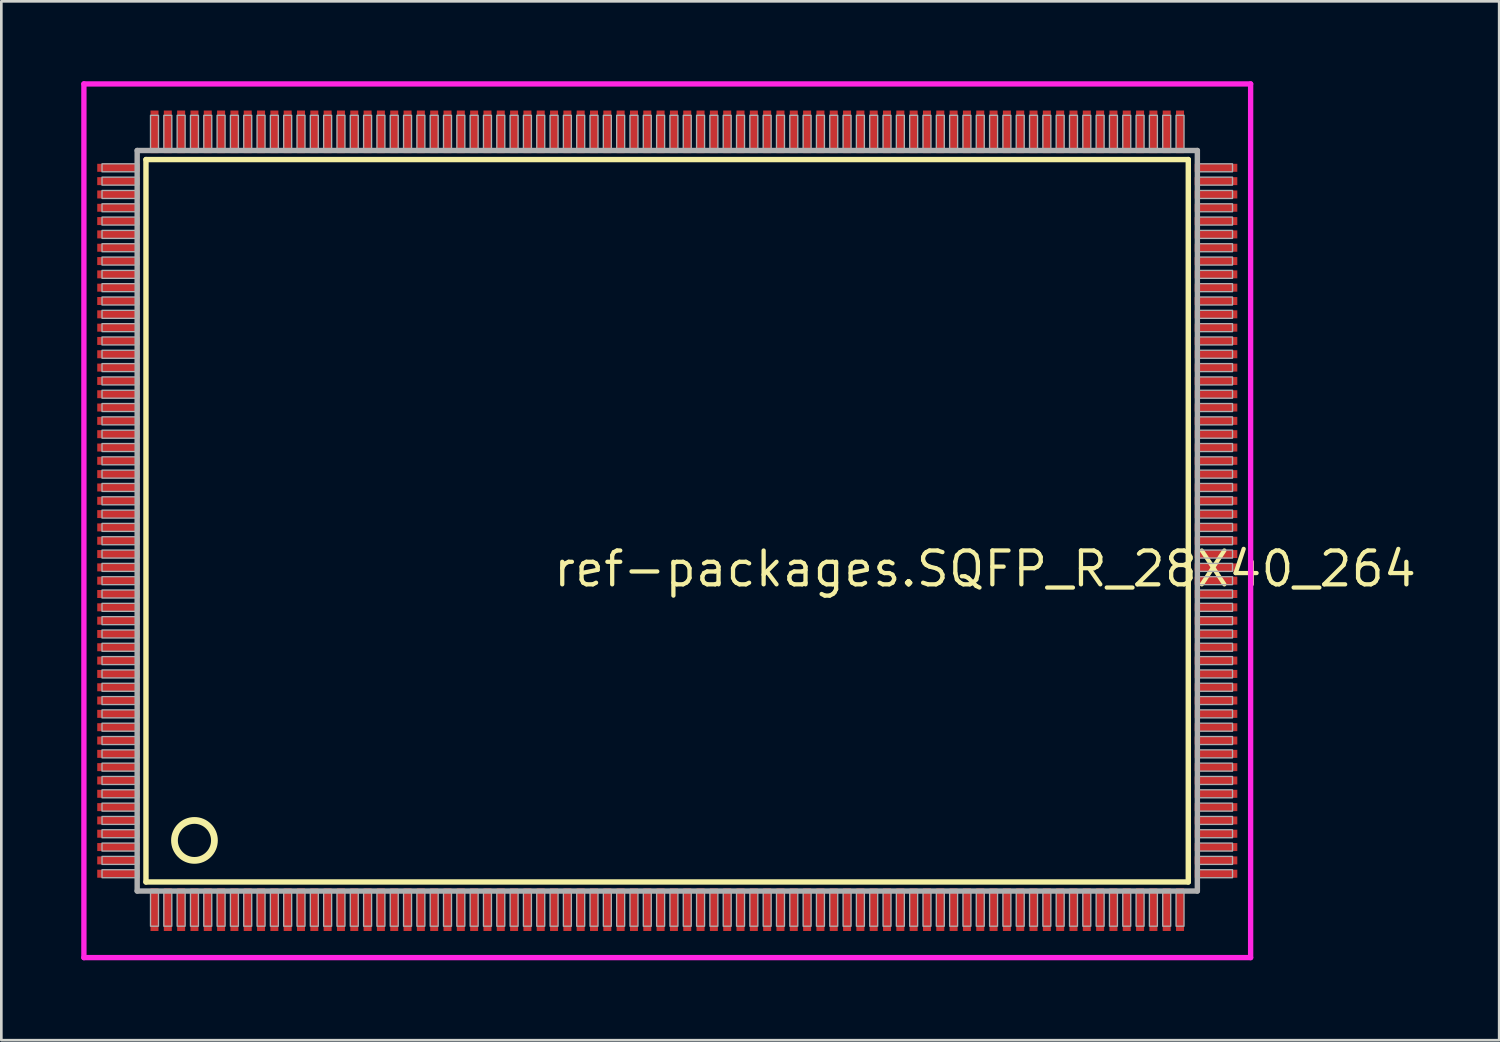
<source format=kicad_pcb>
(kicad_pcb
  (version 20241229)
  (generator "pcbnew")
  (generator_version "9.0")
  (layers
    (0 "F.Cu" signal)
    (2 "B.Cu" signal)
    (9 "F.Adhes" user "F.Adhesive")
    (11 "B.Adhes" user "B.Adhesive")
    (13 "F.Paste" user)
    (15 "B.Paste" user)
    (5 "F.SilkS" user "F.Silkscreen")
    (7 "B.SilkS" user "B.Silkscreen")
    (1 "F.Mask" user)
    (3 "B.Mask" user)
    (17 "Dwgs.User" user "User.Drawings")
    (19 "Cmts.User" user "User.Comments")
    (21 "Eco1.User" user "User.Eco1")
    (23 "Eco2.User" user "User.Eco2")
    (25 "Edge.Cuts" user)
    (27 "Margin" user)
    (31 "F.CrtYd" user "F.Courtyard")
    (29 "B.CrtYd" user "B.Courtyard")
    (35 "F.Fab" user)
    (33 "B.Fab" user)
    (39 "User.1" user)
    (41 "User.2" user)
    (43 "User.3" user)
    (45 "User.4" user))
  (footprint "ref-packages.SQFP_R_28X40_264"
    (layer "F.Cu")
    (at 22 16.5)
    (property "Reference" "ref-packages.SQFP_R_28X40_264" (at -4.35 2.55 0) (layer "F.SilkS") (effects (font (size 1.27 1.27) (thickness 0.16)) (justify left bottom)))
    (attr smd)
    (fp_line (start -19.57 -13.56) (end 19.56 -13.56) (stroke (width 0.203) (type default)) (layer "F.SilkS"))
    (fp_line (start -19.57 13.56) (end -19.57 -13.56) (stroke (width 0.203) (type default)) (layer "F.SilkS"))
    (fp_line (start 19.56 -13.56) (end 19.56 13.56) (stroke (width 0.203) (type default)) (layer "F.SilkS"))
    (fp_line (start 19.56 13.56) (end -19.57 13.56) (stroke (width 0.203) (type default)) (layer "F.SilkS"))
    (fp_circle (center -17.75 12) (end -17 12) (stroke (width 0.254) (type default)) (fill no) (layer "F.SilkS"))
    (fp_line (start -21.9 -16.4) (end 21.9 -16.4) (stroke (width 0.2) (type default)) (layer "F.CrtYd"))
    (fp_line (start -21.9 16.4) (end -21.9 -16.4) (stroke (width 0.2) (type default)) (layer "F.CrtYd"))
    (fp_line (start 21.9 -16.4) (end 21.9 16.4) (stroke (width 0.2) (type default)) (layer "F.CrtYd"))
    (fp_line (start 21.9 16.4) (end -21.9 16.4) (stroke (width 0.2) (type default)) (layer "F.CrtYd"))
    (fp_line (start -19.9 -13.9) (end -19.9 13.9) (stroke (width 0.203) (type default)) (layer "F.Fab"))
    (fp_line (start -19.9 13.9) (end 19.9 13.9) (stroke (width 0.203) (type default)) (layer "F.Fab"))
    (fp_line (start 19.9 -13.9) (end -19.9 -13.9) (stroke (width 0.203) (type default)) (layer "F.Fab"))
    (fp_line (start 19.9 13.9) (end 19.9 -13.9) (stroke (width 0.203) (type default)) (layer "F.Fab"))
    (fp_rect (start -21.22 -13.1) (end -19.95 -13.4) (stroke (width 0.05) (type default)) (fill no) (layer "F.Fab"))
    (fp_rect (start -21.22 -12.6) (end -19.95 -12.9) (stroke (width 0.05) (type default)) (fill no) (layer "F.Fab"))
    (fp_rect (start -21.22 -12.1) (end -19.95 -12.4) (stroke (width 0.05) (type default)) (fill no) (layer "F.Fab"))
    (fp_rect (start -21.22 -11.6) (end -19.95 -11.9) (stroke (width 0.05) (type default)) (fill no) (layer "F.Fab"))
    (fp_rect (start -21.22 -11.1) (end -19.95 -11.4) (stroke (width 0.05) (type default)) (fill no) (layer "F.Fab"))
    (fp_rect (start -21.22 -10.6) (end -19.95 -10.9) (stroke (width 0.05) (type default)) (fill no) (layer "F.Fab"))
    (fp_rect (start -21.22 -10.1) (end -19.95 -10.4) (stroke (width 0.05) (type default)) (fill no) (layer "F.Fab"))
    (fp_rect (start -21.22 -9.6) (end -19.95 -9.9) (stroke (width 0.05) (type default)) (fill no) (layer "F.Fab"))
    (fp_rect (start -21.22 -9.1) (end -19.95 -9.4) (stroke (width 0.05) (type default)) (fill no) (layer "F.Fab"))
    (fp_rect (start -21.22 -8.6) (end -19.95 -8.9) (stroke (width 0.05) (type default)) (fill no) (layer "F.Fab"))
    (fp_rect (start -21.22 -8.1) (end -19.95 -8.4) (stroke (width 0.05) (type default)) (fill no) (layer "F.Fab"))
    (fp_rect (start -21.22 -7.6) (end -19.95 -7.9) (stroke (width 0.05) (type default)) (fill no) (layer "F.Fab"))
    (fp_rect (start -21.22 -7.1) (end -19.95 -7.4) (stroke (width 0.05) (type default)) (fill no) (layer "F.Fab"))
    (fp_rect (start -21.22 -6.6) (end -19.95 -6.9) (stroke (width 0.05) (type default)) (fill no) (layer "F.Fab"))
    (fp_rect (start -21.22 -6.1) (end -19.95 -6.4) (stroke (width 0.05) (type default)) (fill no) (layer "F.Fab"))
    (fp_rect (start -21.22 -5.6) (end -19.95 -5.9) (stroke (width 0.05) (type default)) (fill no) (layer "F.Fab"))
    (fp_rect (start -21.22 -5.1) (end -19.95 -5.4) (stroke (width 0.05) (type default)) (fill no) (layer "F.Fab"))
    (fp_rect (start -21.22 -4.6) (end -19.95 -4.9) (stroke (width 0.05) (type default)) (fill no) (layer "F.Fab"))
    (fp_rect (start -21.22 -4.1) (end -19.95 -4.4) (stroke (width 0.05) (type default)) (fill no) (layer "F.Fab"))
    (fp_rect (start -21.22 -3.6) (end -19.95 -3.9) (stroke (width 0.05) (type default)) (fill no) (layer "F.Fab"))
    (fp_rect (start -21.22 -3.1) (end -19.95 -3.4) (stroke (width 0.05) (type default)) (fill no) (layer "F.Fab"))
    (fp_rect (start -21.22 -2.6) (end -19.95 -2.9) (stroke (width 0.05) (type default)) (fill no) (layer "F.Fab"))
    (fp_rect (start -21.22 -2.1) (end -19.95 -2.4) (stroke (width 0.05) (type default)) (fill no) (layer "F.Fab"))
    (fp_rect (start -21.22 -1.6) (end -19.95 -1.9) (stroke (width 0.05) (type default)) (fill no) (layer "F.Fab"))
    (fp_rect (start -21.22 -1.1) (end -19.95 -1.4) (stroke (width 0.05) (type default)) (fill no) (layer "F.Fab"))
    (fp_rect (start -21.22 -0.6) (end -19.95 -0.9) (stroke (width 0.05) (type default)) (fill no) (layer "F.Fab"))
    (fp_rect (start -21.22 -0.1) (end -19.95 -0.4) (stroke (width 0.05) (type default)) (fill no) (layer "F.Fab"))
    (fp_rect (start -21.22 0.4) (end -19.95 0.1) (stroke (width 0.05) (type default)) (fill no) (layer "F.Fab"))
    (fp_rect (start -21.22 0.9) (end -19.95 0.6) (stroke (width 0.05) (type default)) (fill no) (layer "F.Fab"))
    (fp_rect (start -21.22 1.4) (end -19.95 1.1) (stroke (width 0.05) (type default)) (fill no) (layer "F.Fab"))
    (fp_rect (start -21.22 1.9) (end -19.95 1.6) (stroke (width 0.05) (type default)) (fill no) (layer "F.Fab"))
    (fp_rect (start -21.22 2.4) (end -19.95 2.1) (stroke (width 0.05) (type default)) (fill no) (layer "F.Fab"))
    (fp_rect (start -21.22 2.9) (end -19.95 2.6) (stroke (width 0.05) (type default)) (fill no) (layer "F.Fab"))
    (fp_rect (start -21.22 3.4) (end -19.95 3.1) (stroke (width 0.05) (type default)) (fill no) (layer "F.Fab"))
    (fp_rect (start -21.22 3.9) (end -19.95 3.6) (stroke (width 0.05) (type default)) (fill no) (layer "F.Fab"))
    (fp_rect (start -21.22 4.4) (end -19.95 4.1) (stroke (width 0.05) (type default)) (fill no) (layer "F.Fab"))
    (fp_rect (start -21.22 4.9) (end -19.95 4.6) (stroke (width 0.05) (type default)) (fill no) (layer "F.Fab"))
    (fp_rect (start -21.22 5.4) (end -19.95 5.1) (stroke (width 0.05) (type default)) (fill no) (layer "F.Fab"))
    (fp_rect (start -21.22 5.9) (end -19.95 5.6) (stroke (width 0.05) (type default)) (fill no) (layer "F.Fab"))
    (fp_rect (start -21.22 6.4) (end -19.95 6.1) (stroke (width 0.05) (type default)) (fill no) (layer "F.Fab"))
    (fp_rect (start -21.22 6.9) (end -19.95 6.6) (stroke (width 0.05) (type default)) (fill no) (layer "F.Fab"))
    (fp_rect (start -21.22 7.4) (end -19.95 7.1) (stroke (width 0.05) (type default)) (fill no) (layer "F.Fab"))
    (fp_rect (start -21.22 7.9) (end -19.95 7.6) (stroke (width 0.05) (type default)) (fill no) (layer "F.Fab"))
    (fp_rect (start -21.22 8.4) (end -19.95 8.1) (stroke (width 0.05) (type default)) (fill no) (layer "F.Fab"))
    (fp_rect (start -21.22 8.9) (end -19.95 8.6) (stroke (width 0.05) (type default)) (fill no) (layer "F.Fab"))
    (fp_rect (start -21.22 9.4) (end -19.95 9.1) (stroke (width 0.05) (type default)) (fill no) (layer "F.Fab"))
    (fp_rect (start -21.22 9.9) (end -19.95 9.6) (stroke (width 0.05) (type default)) (fill no) (layer "F.Fab"))
    (fp_rect (start -21.22 10.4) (end -19.95 10.1) (stroke (width 0.05) (type default)) (fill no) (layer "F.Fab"))
    (fp_rect (start -21.22 10.9) (end -19.95 10.6) (stroke (width 0.05) (type default)) (fill no) (layer "F.Fab"))
    (fp_rect (start -21.22 11.4) (end -19.95 11.1) (stroke (width 0.05) (type default)) (fill no) (layer "F.Fab"))
    (fp_rect (start -21.22 11.9) (end -19.95 11.6) (stroke (width 0.05) (type default)) (fill no) (layer "F.Fab"))
    (fp_rect (start -21.22 12.4) (end -19.95 12.1) (stroke (width 0.05) (type default)) (fill no) (layer "F.Fab"))
    (fp_rect (start -21.22 12.9) (end -19.95 12.6) (stroke (width 0.05) (type default)) (fill no) (layer "F.Fab"))
    (fp_rect (start -21.22 13.4) (end -19.95 13.1) (stroke (width 0.05) (type default)) (fill no) (layer "F.Fab"))
    (fp_rect (start -19.4 -13.95) (end -19.1 -15.22) (stroke (width 0.05) (type default)) (fill no) (layer "F.Fab"))
    (fp_rect (start -19.4 15.22) (end -19.1 13.95) (stroke (width 0.05) (type default)) (fill no) (layer "F.Fab"))
    (fp_rect (start -18.9 -13.95) (end -18.6 -15.22) (stroke (width 0.05) (type default)) (fill no) (layer "F.Fab"))
    (fp_rect (start -18.9 15.22) (end -18.6 13.95) (stroke (width 0.05) (type default)) (fill no) (layer "F.Fab"))
    (fp_rect (start -18.4 -13.95) (end -18.1 -15.22) (stroke (width 0.05) (type default)) (fill no) (layer "F.Fab"))
    (fp_rect (start -18.4 15.22) (end -18.1 13.95) (stroke (width 0.05) (type default)) (fill no) (layer "F.Fab"))
    (fp_rect (start -17.9 -13.95) (end -17.6 -15.22) (stroke (width 0.05) (type default)) (fill no) (layer "F.Fab"))
    (fp_rect (start -17.9 15.22) (end -17.6 13.95) (stroke (width 0.05) (type default)) (fill no) (layer "F.Fab"))
    (fp_rect (start -17.4 -13.95) (end -17.1 -15.22) (stroke (width 0.05) (type default)) (fill no) (layer "F.Fab"))
    (fp_rect (start -17.4 15.22) (end -17.1 13.95) (stroke (width 0.05) (type default)) (fill no) (layer "F.Fab"))
    (fp_rect (start -16.9 -13.95) (end -16.6 -15.22) (stroke (width 0.05) (type default)) (fill no) (layer "F.Fab"))
    (fp_rect (start -16.9 15.22) (end -16.6 13.95) (stroke (width 0.05) (type default)) (fill no) (layer "F.Fab"))
    (fp_rect (start -16.4 -13.95) (end -16.1 -15.22) (stroke (width 0.05) (type default)) (fill no) (layer "F.Fab"))
    (fp_rect (start -16.4 15.22) (end -16.1 13.95) (stroke (width 0.05) (type default)) (fill no) (layer "F.Fab"))
    (fp_rect (start -15.9 -13.95) (end -15.6 -15.22) (stroke (width 0.05) (type default)) (fill no) (layer "F.Fab"))
    (fp_rect (start -15.9 15.22) (end -15.6 13.95) (stroke (width 0.05) (type default)) (fill no) (layer "F.Fab"))
    (fp_rect (start -15.4 -13.95) (end -15.1 -15.22) (stroke (width 0.05) (type default)) (fill no) (layer "F.Fab"))
    (fp_rect (start -15.4 15.22) (end -15.1 13.95) (stroke (width 0.05) (type default)) (fill no) (layer "F.Fab"))
    (fp_rect (start -14.9 -13.95) (end -14.6 -15.22) (stroke (width 0.05) (type default)) (fill no) (layer "F.Fab"))
    (fp_rect (start -14.9 15.22) (end -14.6 13.95) (stroke (width 0.05) (type default)) (fill no) (layer "F.Fab"))
    (fp_rect (start -14.4 -13.95) (end -14.1 -15.22) (stroke (width 0.05) (type default)) (fill no) (layer "F.Fab"))
    (fp_rect (start -14.4 15.22) (end -14.1 13.95) (stroke (width 0.05) (type default)) (fill no) (layer "F.Fab"))
    (fp_rect (start -13.9 -13.95) (end -13.6 -15.22) (stroke (width 0.05) (type default)) (fill no) (layer "F.Fab"))
    (fp_rect (start -13.9 15.22) (end -13.6 13.95) (stroke (width 0.05) (type default)) (fill no) (layer "F.Fab"))
    (fp_rect (start -13.4 -13.95) (end -13.1 -15.22) (stroke (width 0.05) (type default)) (fill no) (layer "F.Fab"))
    (fp_rect (start -13.4 15.22) (end -13.1 13.95) (stroke (width 0.05) (type default)) (fill no) (layer "F.Fab"))
    (fp_rect (start -12.9 -13.95) (end -12.6 -15.22) (stroke (width 0.05) (type default)) (fill no) (layer "F.Fab"))
    (fp_rect (start -12.9 15.22) (end -12.6 13.95) (stroke (width 0.05) (type default)) (fill no) (layer "F.Fab"))
    (fp_rect (start -12.4 -13.95) (end -12.1 -15.22) (stroke (width 0.05) (type default)) (fill no) (layer "F.Fab"))
    (fp_rect (start -12.4 15.22) (end -12.1 13.95) (stroke (width 0.05) (type default)) (fill no) (layer "F.Fab"))
    (fp_rect (start -11.9 -13.95) (end -11.6 -15.22) (stroke (width 0.05) (type default)) (fill no) (layer "F.Fab"))
    (fp_rect (start -11.9 15.22) (end -11.6 13.95) (stroke (width 0.05) (type default)) (fill no) (layer "F.Fab"))
    (fp_rect (start -11.4 -13.95) (end -11.1 -15.22) (stroke (width 0.05) (type default)) (fill no) (layer "F.Fab"))
    (fp_rect (start -11.4 15.22) (end -11.1 13.95) (stroke (width 0.05) (type default)) (fill no) (layer "F.Fab"))
    (fp_rect (start -10.9 -13.95) (end -10.6 -15.22) (stroke (width 0.05) (type default)) (fill no) (layer "F.Fab"))
    (fp_rect (start -10.9 15.22) (end -10.6 13.95) (stroke (width 0.05) (type default)) (fill no) (layer "F.Fab"))
    (fp_rect (start -10.4 -13.95) (end -10.1 -15.22) (stroke (width 0.05) (type default)) (fill no) (layer "F.Fab"))
    (fp_rect (start -10.4 15.22) (end -10.1 13.95) (stroke (width 0.05) (type default)) (fill no) (layer "F.Fab"))
    (fp_rect (start -9.9 -13.95) (end -9.6 -15.22) (stroke (width 0.05) (type default)) (fill no) (layer "F.Fab"))
    (fp_rect (start -9.9 15.22) (end -9.6 13.95) (stroke (width 0.05) (type default)) (fill no) (layer "F.Fab"))
    (fp_rect (start -9.4 -13.95) (end -9.1 -15.22) (stroke (width 0.05) (type default)) (fill no) (layer "F.Fab"))
    (fp_rect (start -9.4 15.22) (end -9.1 13.95) (stroke (width 0.05) (type default)) (fill no) (layer "F.Fab"))
    (fp_rect (start -8.9 -13.95) (end -8.6 -15.22) (stroke (width 0.05) (type default)) (fill no) (layer "F.Fab"))
    (fp_rect (start -8.9 15.22) (end -8.6 13.95) (stroke (width 0.05) (type default)) (fill no) (layer "F.Fab"))
    (fp_rect (start -8.4 -13.95) (end -8.1 -15.22) (stroke (width 0.05) (type default)) (fill no) (layer "F.Fab"))
    (fp_rect (start -8.4 15.22) (end -8.1 13.95) (stroke (width 0.05) (type default)) (fill no) (layer "F.Fab"))
    (fp_rect (start -7.9 -13.95) (end -7.6 -15.22) (stroke (width 0.05) (type default)) (fill no) (layer "F.Fab"))
    (fp_rect (start -7.9 15.22) (end -7.6 13.95) (stroke (width 0.05) (type default)) (fill no) (layer "F.Fab"))
    (fp_rect (start -7.4 -13.95) (end -7.1 -15.22) (stroke (width 0.05) (type default)) (fill no) (layer "F.Fab"))
    (fp_rect (start -7.4 15.22) (end -7.1 13.95) (stroke (width 0.05) (type default)) (fill no) (layer "F.Fab"))
    (fp_rect (start -6.9 -13.95) (end -6.6 -15.22) (stroke (width 0.05) (type default)) (fill no) (layer "F.Fab"))
    (fp_rect (start -6.9 15.22) (end -6.6 13.95) (stroke (width 0.05) (type default)) (fill no) (layer "F.Fab"))
    (fp_rect (start -6.4 -13.95) (end -6.1 -15.22) (stroke (width 0.05) (type default)) (fill no) (layer "F.Fab"))
    (fp_rect (start -6.4 15.22) (end -6.1 13.95) (stroke (width 0.05) (type default)) (fill no) (layer "F.Fab"))
    (fp_rect (start -5.9 -13.95) (end -5.6 -15.22) (stroke (width 0.05) (type default)) (fill no) (layer "F.Fab"))
    (fp_rect (start -5.9 15.22) (end -5.6 13.95) (stroke (width 0.05) (type default)) (fill no) (layer "F.Fab"))
    (fp_rect (start -5.4 -13.95) (end -5.1 -15.22) (stroke (width 0.05) (type default)) (fill no) (layer "F.Fab"))
    (fp_rect (start -5.4 15.22) (end -5.1 13.95) (stroke (width 0.05) (type default)) (fill no) (layer "F.Fab"))
    (fp_rect (start -4.9 -13.95) (end -4.6 -15.22) (stroke (width 0.05) (type default)) (fill no) (layer "F.Fab"))
    (fp_rect (start -4.9 15.22) (end -4.6 13.95) (stroke (width 0.05) (type default)) (fill no) (layer "F.Fab"))
    (fp_rect (start -4.4 -13.95) (end -4.1 -15.22) (stroke (width 0.05) (type default)) (fill no) (layer "F.Fab"))
    (fp_rect (start -4.4 15.22) (end -4.1 13.95) (stroke (width 0.05) (type default)) (fill no) (layer "F.Fab"))
    (fp_rect (start -3.9 -13.95) (end -3.6 -15.22) (stroke (width 0.05) (type default)) (fill no) (layer "F.Fab"))
    (fp_rect (start -3.9 15.22) (end -3.6 13.95) (stroke (width 0.05) (type default)) (fill no) (layer "F.Fab"))
    (fp_rect (start -3.4 -13.95) (end -3.1 -15.22) (stroke (width 0.05) (type default)) (fill no) (layer "F.Fab"))
    (fp_rect (start -3.4 15.22) (end -3.1 13.95) (stroke (width 0.05) (type default)) (fill no) (layer "F.Fab"))
    (fp_rect (start -2.9 -13.95) (end -2.6 -15.22) (stroke (width 0.05) (type default)) (fill no) (layer "F.Fab"))
    (fp_rect (start -2.9 15.22) (end -2.6 13.95) (stroke (width 0.05) (type default)) (fill no) (layer "F.Fab"))
    (fp_rect (start -2.4 -13.95) (end -2.1 -15.22) (stroke (width 0.05) (type default)) (fill no) (layer "F.Fab"))
    (fp_rect (start -2.4 15.22) (end -2.1 13.95) (stroke (width 0.05) (type default)) (fill no) (layer "F.Fab"))
    (fp_rect (start -1.9 -13.95) (end -1.6 -15.22) (stroke (width 0.05) (type default)) (fill no) (layer "F.Fab"))
    (fp_rect (start -1.9 15.22) (end -1.6 13.95) (stroke (width 0.05) (type default)) (fill no) (layer "F.Fab"))
    (fp_rect (start -1.4 -13.95) (end -1.1 -15.22) (stroke (width 0.05) (type default)) (fill no) (layer "F.Fab"))
    (fp_rect (start -1.4 15.22) (end -1.1 13.95) (stroke (width 0.05) (type default)) (fill no) (layer "F.Fab"))
    (fp_rect (start -0.9 -13.95) (end -0.6 -15.22) (stroke (width 0.05) (type default)) (fill no) (layer "F.Fab"))
    (fp_rect (start -0.9 15.22) (end -0.6 13.95) (stroke (width 0.05) (type default)) (fill no) (layer "F.Fab"))
    (fp_rect (start -0.4 -13.95) (end -0.1 -15.22) (stroke (width 0.05) (type default)) (fill no) (layer "F.Fab"))
    (fp_rect (start -0.4 15.22) (end -0.1 13.95) (stroke (width 0.05) (type default)) (fill no) (layer "F.Fab"))
    (fp_rect (start 0.1 -13.95) (end 0.4 -15.22) (stroke (width 0.05) (type default)) (fill no) (layer "F.Fab"))
    (fp_rect (start 0.1 15.22) (end 0.4 13.95) (stroke (width 0.05) (type default)) (fill no) (layer "F.Fab"))
    (fp_rect (start 0.6 -13.95) (end 0.9 -15.22) (stroke (width 0.05) (type default)) (fill no) (layer "F.Fab"))
    (fp_rect (start 0.6 15.22) (end 0.9 13.95) (stroke (width 0.05) (type default)) (fill no) (layer "F.Fab"))
    (fp_rect (start 1.1 -13.95) (end 1.4 -15.22) (stroke (width 0.05) (type default)) (fill no) (layer "F.Fab"))
    (fp_rect (start 1.1 15.22) (end 1.4 13.95) (stroke (width 0.05) (type default)) (fill no) (layer "F.Fab"))
    (fp_rect (start 1.6 -13.95) (end 1.9 -15.22) (stroke (width 0.05) (type default)) (fill no) (layer "F.Fab"))
    (fp_rect (start 1.6 15.22) (end 1.9 13.95) (stroke (width 0.05) (type default)) (fill no) (layer "F.Fab"))
    (fp_rect (start 2.1 -13.95) (end 2.4 -15.22) (stroke (width 0.05) (type default)) (fill no) (layer "F.Fab"))
    (fp_rect (start 2.1 15.22) (end 2.4 13.95) (stroke (width 0.05) (type default)) (fill no) (layer "F.Fab"))
    (fp_rect (start 2.6 -13.95) (end 2.9 -15.22) (stroke (width 0.05) (type default)) (fill no) (layer "F.Fab"))
    (fp_rect (start 2.6 15.22) (end 2.9 13.95) (stroke (width 0.05) (type default)) (fill no) (layer "F.Fab"))
    (fp_rect (start 3.1 -13.95) (end 3.4 -15.22) (stroke (width 0.05) (type default)) (fill no) (layer "F.Fab"))
    (fp_rect (start 3.1 15.22) (end 3.4 13.95) (stroke (width 0.05) (type default)) (fill no) (layer "F.Fab"))
    (fp_rect (start 3.6 -13.95) (end 3.9 -15.22) (stroke (width 0.05) (type default)) (fill no) (layer "F.Fab"))
    (fp_rect (start 3.6 15.22) (end 3.9 13.95) (stroke (width 0.05) (type default)) (fill no) (layer "F.Fab"))
    (fp_rect (start 4.1 -13.95) (end 4.4 -15.22) (stroke (width 0.05) (type default)) (fill no) (layer "F.Fab"))
    (fp_rect (start 4.1 15.22) (end 4.4 13.95) (stroke (width 0.05) (type default)) (fill no) (layer "F.Fab"))
    (fp_rect (start 4.6 -13.95) (end 4.9 -15.22) (stroke (width 0.05) (type default)) (fill no) (layer "F.Fab"))
    (fp_rect (start 4.6 15.22) (end 4.9 13.95) (stroke (width 0.05) (type default)) (fill no) (layer "F.Fab"))
    (fp_rect (start 5.1 -13.95) (end 5.4 -15.22) (stroke (width 0.05) (type default)) (fill no) (layer "F.Fab"))
    (fp_rect (start 5.1 15.22) (end 5.4 13.95) (stroke (width 0.05) (type default)) (fill no) (layer "F.Fab"))
    (fp_rect (start 5.6 -13.95) (end 5.9 -15.22) (stroke (width 0.05) (type default)) (fill no) (layer "F.Fab"))
    (fp_rect (start 5.6 15.22) (end 5.9 13.95) (stroke (width 0.05) (type default)) (fill no) (layer "F.Fab"))
    (fp_rect (start 6.1 -13.95) (end 6.4 -15.22) (stroke (width 0.05) (type default)) (fill no) (layer "F.Fab"))
    (fp_rect (start 6.1 15.22) (end 6.4 13.95) (stroke (width 0.05) (type default)) (fill no) (layer "F.Fab"))
    (fp_rect (start 6.6 -13.95) (end 6.9 -15.22) (stroke (width 0.05) (type default)) (fill no) (layer "F.Fab"))
    (fp_rect (start 6.6 15.22) (end 6.9 13.95) (stroke (width 0.05) (type default)) (fill no) (layer "F.Fab"))
    (fp_rect (start 7.1 -13.95) (end 7.4 -15.22) (stroke (width 0.05) (type default)) (fill no) (layer "F.Fab"))
    (fp_rect (start 7.1 15.22) (end 7.4 13.95) (stroke (width 0.05) (type default)) (fill no) (layer "F.Fab"))
    (fp_rect (start 7.6 -13.95) (end 7.9 -15.22) (stroke (width 0.05) (type default)) (fill no) (layer "F.Fab"))
    (fp_rect (start 7.6 15.22) (end 7.9 13.95) (stroke (width 0.05) (type default)) (fill no) (layer "F.Fab"))
    (fp_rect (start 8.1 -13.95) (end 8.4 -15.22) (stroke (width 0.05) (type default)) (fill no) (layer "F.Fab"))
    (fp_rect (start 8.1 15.22) (end 8.4 13.95) (stroke (width 0.05) (type default)) (fill no) (layer "F.Fab"))
    (fp_rect (start 8.6 -13.95) (end 8.9 -15.22) (stroke (width 0.05) (type default)) (fill no) (layer "F.Fab"))
    (fp_rect (start 8.6 15.22) (end 8.9 13.95) (stroke (width 0.05) (type default)) (fill no) (layer "F.Fab"))
    (fp_rect (start 9.1 -13.95) (end 9.4 -15.22) (stroke (width 0.05) (type default)) (fill no) (layer "F.Fab"))
    (fp_rect (start 9.1 15.22) (end 9.4 13.95) (stroke (width 0.05) (type default)) (fill no) (layer "F.Fab"))
    (fp_rect (start 9.6 -13.95) (end 9.9 -15.22) (stroke (width 0.05) (type default)) (fill no) (layer "F.Fab"))
    (fp_rect (start 9.6 15.22) (end 9.9 13.95) (stroke (width 0.05) (type default)) (fill no) (layer "F.Fab"))
    (fp_rect (start 10.1 -13.95) (end 10.4 -15.22) (stroke (width 0.05) (type default)) (fill no) (layer "F.Fab"))
    (fp_rect (start 10.1 15.22) (end 10.4 13.95) (stroke (width 0.05) (type default)) (fill no) (layer "F.Fab"))
    (fp_rect (start 10.6 -13.95) (end 10.9 -15.22) (stroke (width 0.05) (type default)) (fill no) (layer "F.Fab"))
    (fp_rect (start 10.6 15.22) (end 10.9 13.95) (stroke (width 0.05) (type default)) (fill no) (layer "F.Fab"))
    (fp_rect (start 11.1 -13.95) (end 11.4 -15.22) (stroke (width 0.05) (type default)) (fill no) (layer "F.Fab"))
    (fp_rect (start 11.1 15.22) (end 11.4 13.95) (stroke (width 0.05) (type default)) (fill no) (layer "F.Fab"))
    (fp_rect (start 11.6 -13.95) (end 11.9 -15.22) (stroke (width 0.05) (type default)) (fill no) (layer "F.Fab"))
    (fp_rect (start 11.6 15.22) (end 11.9 13.95) (stroke (width 0.05) (type default)) (fill no) (layer "F.Fab"))
    (fp_rect (start 12.1 -13.95) (end 12.4 -15.22) (stroke (width 0.05) (type default)) (fill no) (layer "F.Fab"))
    (fp_rect (start 12.1 15.22) (end 12.4 13.95) (stroke (width 0.05) (type default)) (fill no) (layer "F.Fab"))
    (fp_rect (start 12.6 -13.95) (end 12.9 -15.22) (stroke (width 0.05) (type default)) (fill no) (layer "F.Fab"))
    (fp_rect (start 12.6 15.22) (end 12.9 13.95) (stroke (width 0.05) (type default)) (fill no) (layer "F.Fab"))
    (fp_rect (start 13.1 -13.95) (end 13.4 -15.22) (stroke (width 0.05) (type default)) (fill no) (layer "F.Fab"))
    (fp_rect (start 13.1 15.22) (end 13.4 13.95) (stroke (width 0.05) (type default)) (fill no) (layer "F.Fab"))
    (fp_rect (start 13.6 -13.95) (end 13.9 -15.22) (stroke (width 0.05) (type default)) (fill no) (layer "F.Fab"))
    (fp_rect (start 13.6 15.22) (end 13.9 13.95) (stroke (width 0.05) (type default)) (fill no) (layer "F.Fab"))
    (fp_rect (start 14.1 -13.95) (end 14.4 -15.22) (stroke (width 0.05) (type default)) (fill no) (layer "F.Fab"))
    (fp_rect (start 14.1 15.22) (end 14.4 13.95) (stroke (width 0.05) (type default)) (fill no) (layer "F.Fab"))
    (fp_rect (start 14.6 -13.95) (end 14.9 -15.22) (stroke (width 0.05) (type default)) (fill no) (layer "F.Fab"))
    (fp_rect (start 14.6 15.22) (end 14.9 13.95) (stroke (width 0.05) (type default)) (fill no) (layer "F.Fab"))
    (fp_rect (start 15.1 -13.95) (end 15.4 -15.22) (stroke (width 0.05) (type default)) (fill no) (layer "F.Fab"))
    (fp_rect (start 15.1 15.22) (end 15.4 13.95) (stroke (width 0.05) (type default)) (fill no) (layer "F.Fab"))
    (fp_rect (start 15.6 -13.95) (end 15.9 -15.22) (stroke (width 0.05) (type default)) (fill no) (layer "F.Fab"))
    (fp_rect (start 15.6 15.22) (end 15.9 13.95) (stroke (width 0.05) (type default)) (fill no) (layer "F.Fab"))
    (fp_rect (start 16.1 -13.95) (end 16.4 -15.22) (stroke (width 0.05) (type default)) (fill no) (layer "F.Fab"))
    (fp_rect (start 16.1 15.22) (end 16.4 13.95) (stroke (width 0.05) (type default)) (fill no) (layer "F.Fab"))
    (fp_rect (start 16.6 -13.95) (end 16.9 -15.22) (stroke (width 0.05) (type default)) (fill no) (layer "F.Fab"))
    (fp_rect (start 16.6 15.22) (end 16.9 13.95) (stroke (width 0.05) (type default)) (fill no) (layer "F.Fab"))
    (fp_rect (start 17.1 -13.95) (end 17.4 -15.22) (stroke (width 0.05) (type default)) (fill no) (layer "F.Fab"))
    (fp_rect (start 17.1 15.22) (end 17.4 13.95) (stroke (width 0.05) (type default)) (fill no) (layer "F.Fab"))
    (fp_rect (start 17.6 -13.95) (end 17.9 -15.22) (stroke (width 0.05) (type default)) (fill no) (layer "F.Fab"))
    (fp_rect (start 17.6 15.22) (end 17.9 13.95) (stroke (width 0.05) (type default)) (fill no) (layer "F.Fab"))
    (fp_rect (start 18.1 -13.95) (end 18.4 -15.22) (stroke (width 0.05) (type default)) (fill no) (layer "F.Fab"))
    (fp_rect (start 18.1 15.22) (end 18.4 13.95) (stroke (width 0.05) (type default)) (fill no) (layer "F.Fab"))
    (fp_rect (start 18.6 -13.95) (end 18.9 -15.22) (stroke (width 0.05) (type default)) (fill no) (layer "F.Fab"))
    (fp_rect (start 18.6 15.22) (end 18.9 13.95) (stroke (width 0.05) (type default)) (fill no) (layer "F.Fab"))
    (fp_rect (start 19.1 -13.95) (end 19.4 -15.22) (stroke (width 0.05) (type default)) (fill no) (layer "F.Fab"))
    (fp_rect (start 19.1 15.22) (end 19.4 13.95) (stroke (width 0.05) (type default)) (fill no) (layer "F.Fab"))
    (fp_rect (start 19.95 -13.1) (end 21.22 -13.4) (stroke (width 0.05) (type default)) (fill no) (layer "F.Fab"))
    (fp_rect (start 19.95 -12.6) (end 21.22 -12.9) (stroke (width 0.05) (type default)) (fill no) (layer "F.Fab"))
    (fp_rect (start 19.95 -12.1) (end 21.22 -12.4) (stroke (width 0.05) (type default)) (fill no) (layer "F.Fab"))
    (fp_rect (start 19.95 -11.6) (end 21.22 -11.9) (stroke (width 0.05) (type default)) (fill no) (layer "F.Fab"))
    (fp_rect (start 19.95 -11.1) (end 21.22 -11.4) (stroke (width 0.05) (type default)) (fill no) (layer "F.Fab"))
    (fp_rect (start 19.95 -10.6) (end 21.22 -10.9) (stroke (width 0.05) (type default)) (fill no) (layer "F.Fab"))
    (fp_rect (start 19.95 -10.1) (end 21.22 -10.4) (stroke (width 0.05) (type default)) (fill no) (layer "F.Fab"))
    (fp_rect (start 19.95 -9.6) (end 21.22 -9.9) (stroke (width 0.05) (type default)) (fill no) (layer "F.Fab"))
    (fp_rect (start 19.95 -9.1) (end 21.22 -9.4) (stroke (width 0.05) (type default)) (fill no) (layer "F.Fab"))
    (fp_rect (start 19.95 -8.6) (end 21.22 -8.9) (stroke (width 0.05) (type default)) (fill no) (layer "F.Fab"))
    (fp_rect (start 19.95 -8.1) (end 21.22 -8.4) (stroke (width 0.05) (type default)) (fill no) (layer "F.Fab"))
    (fp_rect (start 19.95 -7.6) (end 21.22 -7.9) (stroke (width 0.05) (type default)) (fill no) (layer "F.Fab"))
    (fp_rect (start 19.95 -7.1) (end 21.22 -7.4) (stroke (width 0.05) (type default)) (fill no) (layer "F.Fab"))
    (fp_rect (start 19.95 -6.6) (end 21.22 -6.9) (stroke (width 0.05) (type default)) (fill no) (layer "F.Fab"))
    (fp_rect (start 19.95 -6.1) (end 21.22 -6.4) (stroke (width 0.05) (type default)) (fill no) (layer "F.Fab"))
    (fp_rect (start 19.95 -5.6) (end 21.22 -5.9) (stroke (width 0.05) (type default)) (fill no) (layer "F.Fab"))
    (fp_rect (start 19.95 -5.1) (end 21.22 -5.4) (stroke (width 0.05) (type default)) (fill no) (layer "F.Fab"))
    (fp_rect (start 19.95 -4.6) (end 21.22 -4.9) (stroke (width 0.05) (type default)) (fill no) (layer "F.Fab"))
    (fp_rect (start 19.95 -4.1) (end 21.22 -4.4) (stroke (width 0.05) (type default)) (fill no) (layer "F.Fab"))
    (fp_rect (start 19.95 -3.6) (end 21.22 -3.9) (stroke (width 0.05) (type default)) (fill no) (layer "F.Fab"))
    (fp_rect (start 19.95 -3.1) (end 21.22 -3.4) (stroke (width 0.05) (type default)) (fill no) (layer "F.Fab"))
    (fp_rect (start 19.95 -2.6) (end 21.22 -2.9) (stroke (width 0.05) (type default)) (fill no) (layer "F.Fab"))
    (fp_rect (start 19.95 -2.1) (end 21.22 -2.4) (stroke (width 0.05) (type default)) (fill no) (layer "F.Fab"))
    (fp_rect (start 19.95 -1.6) (end 21.22 -1.9) (stroke (width 0.05) (type default)) (fill no) (layer "F.Fab"))
    (fp_rect (start 19.95 -1.1) (end 21.22 -1.4) (stroke (width 0.05) (type default)) (fill no) (layer "F.Fab"))
    (fp_rect (start 19.95 -0.6) (end 21.22 -0.9) (stroke (width 0.05) (type default)) (fill no) (layer "F.Fab"))
    (fp_rect (start 19.95 -0.1) (end 21.22 -0.4) (stroke (width 0.05) (type default)) (fill no) (layer "F.Fab"))
    (fp_rect (start 19.95 0.4) (end 21.22 0.1) (stroke (width 0.05) (type default)) (fill no) (layer "F.Fab"))
    (fp_rect (start 19.95 0.9) (end 21.22 0.6) (stroke (width 0.05) (type default)) (fill no) (layer "F.Fab"))
    (fp_rect (start 19.95 1.4) (end 21.22 1.1) (stroke (width 0.05) (type default)) (fill no) (layer "F.Fab"))
    (fp_rect (start 19.95 1.9) (end 21.22 1.6) (stroke (width 0.05) (type default)) (fill no) (layer "F.Fab"))
    (fp_rect (start 19.95 2.4) (end 21.22 2.1) (stroke (width 0.05) (type default)) (fill no) (layer "F.Fab"))
    (fp_rect (start 19.95 2.9) (end 21.22 2.6) (stroke (width 0.05) (type default)) (fill no) (layer "F.Fab"))
    (fp_rect (start 19.95 3.4) (end 21.22 3.1) (stroke (width 0.05) (type default)) (fill no) (layer "F.Fab"))
    (fp_rect (start 19.95 3.9) (end 21.22 3.6) (stroke (width 0.05) (type default)) (fill no) (layer "F.Fab"))
    (fp_rect (start 19.95 4.4) (end 21.22 4.1) (stroke (width 0.05) (type default)) (fill no) (layer "F.Fab"))
    (fp_rect (start 19.95 4.9) (end 21.22 4.6) (stroke (width 0.05) (type default)) (fill no) (layer "F.Fab"))
    (fp_rect (start 19.95 5.4) (end 21.22 5.1) (stroke (width 0.05) (type default)) (fill no) (layer "F.Fab"))
    (fp_rect (start 19.95 5.9) (end 21.22 5.6) (stroke (width 0.05) (type default)) (fill no) (layer "F.Fab"))
    (fp_rect (start 19.95 6.4) (end 21.22 6.1) (stroke (width 0.05) (type default)) (fill no) (layer "F.Fab"))
    (fp_rect (start 19.95 6.9) (end 21.22 6.6) (stroke (width 0.05) (type default)) (fill no) (layer "F.Fab"))
    (fp_rect (start 19.95 7.4) (end 21.22 7.1) (stroke (width 0.05) (type default)) (fill no) (layer "F.Fab"))
    (fp_rect (start 19.95 7.9) (end 21.22 7.6) (stroke (width 0.05) (type default)) (fill no) (layer "F.Fab"))
    (fp_rect (start 19.95 8.4) (end 21.22 8.1) (stroke (width 0.05) (type default)) (fill no) (layer "F.Fab"))
    (fp_rect (start 19.95 8.9) (end 21.22 8.6) (stroke (width 0.05) (type default)) (fill no) (layer "F.Fab"))
    (fp_rect (start 19.95 9.4) (end 21.22 9.1) (stroke (width 0.05) (type default)) (fill no) (layer "F.Fab"))
    (fp_rect (start 19.95 9.9) (end 21.22 9.6) (stroke (width 0.05) (type default)) (fill no) (layer "F.Fab"))
    (fp_rect (start 19.95 10.4) (end 21.22 10.1) (stroke (width 0.05) (type default)) (fill no) (layer "F.Fab"))
    (fp_rect (start 19.95 10.9) (end 21.22 10.6) (stroke (width 0.05) (type default)) (fill no) (layer "F.Fab"))
    (fp_rect (start 19.95 11.4) (end 21.22 11.1) (stroke (width 0.05) (type default)) (fill no) (layer "F.Fab"))
    (fp_rect (start 19.95 11.9) (end 21.22 11.6) (stroke (width 0.05) (type default)) (fill no) (layer "F.Fab"))
    (fp_rect (start 19.95 12.4) (end 21.22 12.1) (stroke (width 0.05) (type default)) (fill no) (layer "F.Fab"))
    (fp_rect (start 19.95 12.9) (end 21.22 12.6) (stroke (width 0.05) (type default)) (fill no) (layer "F.Fab"))
    (fp_rect (start 19.95 13.4) (end 21.22 13.1) (stroke (width 0.05) (type default)) (fill no) (layer "F.Fab"))
    (pad "1" smd roundrect (at -19.25 14.6) (size 0.3 1.6) (layers "F.Cu" "F.Mask" "F.Paste") (roundrect_rratio 0.01))
    (pad "2" smd roundrect (at -18.75 14.6) (size 0.3 1.6) (layers "F.Cu" "F.Mask" "F.Paste") (roundrect_rratio 0.01))
    (pad "3" smd roundrect (at -18.25 14.6) (size 0.3 1.6) (layers "F.Cu" "F.Mask" "F.Paste") (roundrect_rratio 0.01))
    (pad "4" smd roundrect (at -17.75 14.6) (size 0.3 1.6) (layers "F.Cu" "F.Mask" "F.Paste") (roundrect_rratio 0.01))
    (pad "5" smd roundrect (at -17.25 14.6) (size 0.3 1.6) (layers "F.Cu" "F.Mask" "F.Paste") (roundrect_rratio 0.01))
    (pad "6" smd roundrect (at -16.75 14.6) (size 0.3 1.6) (layers "F.Cu" "F.Mask" "F.Paste") (roundrect_rratio 0.01))
    (pad "7" smd roundrect (at -16.25 14.6) (size 0.3 1.6) (layers "F.Cu" "F.Mask" "F.Paste") (roundrect_rratio 0.01))
    (pad "8" smd roundrect (at -15.75 14.6) (size 0.3 1.6) (layers "F.Cu" "F.Mask" "F.Paste") (roundrect_rratio 0.01))
    (pad "9" smd roundrect (at -15.25 14.6) (size 0.3 1.6) (layers "F.Cu" "F.Mask" "F.Paste") (roundrect_rratio 0.01))
    (pad "10" smd roundrect (at -14.75 14.6) (size 0.3 1.6) (layers "F.Cu" "F.Mask" "F.Paste") (roundrect_rratio 0.01))
    (pad "11" smd roundrect (at -14.25 14.6) (size 0.3 1.6) (layers "F.Cu" "F.Mask" "F.Paste") (roundrect_rratio 0.01))
    (pad "12" smd roundrect (at -13.75 14.6) (size 0.3 1.6) (layers "F.Cu" "F.Mask" "F.Paste") (roundrect_rratio 0.01))
    (pad "13" smd roundrect (at -13.25 14.6) (size 0.3 1.6) (layers "F.Cu" "F.Mask" "F.Paste") (roundrect_rratio 0.01))
    (pad "14" smd roundrect (at -12.75 14.6) (size 0.3 1.6) (layers "F.Cu" "F.Mask" "F.Paste") (roundrect_rratio 0.01))
    (pad "15" smd roundrect (at -12.25 14.6) (size 0.3 1.6) (layers "F.Cu" "F.Mask" "F.Paste") (roundrect_rratio 0.01))
    (pad "16" smd roundrect (at -11.75 14.6) (size 0.3 1.6) (layers "F.Cu" "F.Mask" "F.Paste") (roundrect_rratio 0.01))
    (pad "17" smd roundrect (at -11.25 14.6) (size 0.3 1.6) (layers "F.Cu" "F.Mask" "F.Paste") (roundrect_rratio 0.01))
    (pad "18" smd roundrect (at -10.75 14.6) (size 0.3 1.6) (layers "F.Cu" "F.Mask" "F.Paste") (roundrect_rratio 0.01))
    (pad "19" smd roundrect (at -10.25 14.6) (size 0.3 1.6) (layers "F.Cu" "F.Mask" "F.Paste") (roundrect_rratio 0.01))
    (pad "20" smd roundrect (at -9.75 14.6) (size 0.3 1.6) (layers "F.Cu" "F.Mask" "F.Paste") (roundrect_rratio 0.01))
    (pad "21" smd roundrect (at -9.25 14.6) (size 0.3 1.6) (layers "F.Cu" "F.Mask" "F.Paste") (roundrect_rratio 0.01))
    (pad "22" smd roundrect (at -8.75 14.6) (size 0.3 1.6) (layers "F.Cu" "F.Mask" "F.Paste") (roundrect_rratio 0.01))
    (pad "23" smd roundrect (at -8.25 14.6) (size 0.3 1.6) (layers "F.Cu" "F.Mask" "F.Paste") (roundrect_rratio 0.01))
    (pad "24" smd roundrect (at -7.75 14.6) (size 0.3 1.6) (layers "F.Cu" "F.Mask" "F.Paste") (roundrect_rratio 0.01))
    (pad "25" smd roundrect (at -7.25 14.6) (size 0.3 1.6) (layers "F.Cu" "F.Mask" "F.Paste") (roundrect_rratio 0.01))
    (pad "26" smd roundrect (at -6.75 14.6) (size 0.3 1.6) (layers "F.Cu" "F.Mask" "F.Paste") (roundrect_rratio 0.01))
    (pad "27" smd roundrect (at -6.25 14.6) (size 0.3 1.6) (layers "F.Cu" "F.Mask" "F.Paste") (roundrect_rratio 0.01))
    (pad "28" smd roundrect (at -5.75 14.6) (size 0.3 1.6) (layers "F.Cu" "F.Mask" "F.Paste") (roundrect_rratio 0.01))
    (pad "29" smd roundrect (at -5.25 14.6) (size 0.3 1.6) (layers "F.Cu" "F.Mask" "F.Paste") (roundrect_rratio 0.01))
    (pad "30" smd roundrect (at -4.75 14.6) (size 0.3 1.6) (layers "F.Cu" "F.Mask" "F.Paste") (roundrect_rratio 0.01))
    (pad "31" smd roundrect (at -4.25 14.6) (size 0.3 1.6) (layers "F.Cu" "F.Mask" "F.Paste") (roundrect_rratio 0.01))
    (pad "32" smd roundrect (at -3.75 14.6) (size 0.3 1.6) (layers "F.Cu" "F.Mask" "F.Paste") (roundrect_rratio 0.01))
    (pad "33" smd roundrect (at -3.25 14.6) (size 0.3 1.6) (layers "F.Cu" "F.Mask" "F.Paste") (roundrect_rratio 0.01))
    (pad "34" smd roundrect (at -2.75 14.6) (size 0.3 1.6) (layers "F.Cu" "F.Mask" "F.Paste") (roundrect_rratio 0.01))
    (pad "35" smd roundrect (at -2.25 14.6) (size 0.3 1.6) (layers "F.Cu" "F.Mask" "F.Paste") (roundrect_rratio 0.01))
    (pad "36" smd roundrect (at -1.75 14.6) (size 0.3 1.6) (layers "F.Cu" "F.Mask" "F.Paste") (roundrect_rratio 0.01))
    (pad "37" smd roundrect (at -1.25 14.6) (size 0.3 1.6) (layers "F.Cu" "F.Mask" "F.Paste") (roundrect_rratio 0.01))
    (pad "38" smd roundrect (at -0.75 14.6) (size 0.3 1.6) (layers "F.Cu" "F.Mask" "F.Paste") (roundrect_rratio 0.01))
    (pad "39" smd roundrect (at -0.25 14.6) (size 0.3 1.6) (layers "F.Cu" "F.Mask" "F.Paste") (roundrect_rratio 0.01))
    (pad "40" smd roundrect (at 0.25 14.6) (size 0.3 1.6) (layers "F.Cu" "F.Mask" "F.Paste") (roundrect_rratio 0.01))
    (pad "41" smd roundrect (at 0.75 14.6) (size 0.3 1.6) (layers "F.Cu" "F.Mask" "F.Paste") (roundrect_rratio 0.01))
    (pad "42" smd roundrect (at 1.25 14.6) (size 0.3 1.6) (layers "F.Cu" "F.Mask" "F.Paste") (roundrect_rratio 0.01))
    (pad "43" smd roundrect (at 1.75 14.6) (size 0.3 1.6) (layers "F.Cu" "F.Mask" "F.Paste") (roundrect_rratio 0.01))
    (pad "44" smd roundrect (at 2.25 14.6) (size 0.3 1.6) (layers "F.Cu" "F.Mask" "F.Paste") (roundrect_rratio 0.01))
    (pad "45" smd roundrect (at 2.75 14.6) (size 0.3 1.6) (layers "F.Cu" "F.Mask" "F.Paste") (roundrect_rratio 0.01))
    (pad "46" smd roundrect (at 3.25 14.6) (size 0.3 1.6) (layers "F.Cu" "F.Mask" "F.Paste") (roundrect_rratio 0.01))
    (pad "47" smd roundrect (at 3.75 14.6) (size 0.3 1.6) (layers "F.Cu" "F.Mask" "F.Paste") (roundrect_rratio 0.01))
    (pad "48" smd roundrect (at 4.25 14.6) (size 0.3 1.6) (layers "F.Cu" "F.Mask" "F.Paste") (roundrect_rratio 0.01))
    (pad "49" smd roundrect (at 4.75 14.6) (size 0.3 1.6) (layers "F.Cu" "F.Mask" "F.Paste") (roundrect_rratio 0.01))
    (pad "50" smd roundrect (at 5.25 14.6) (size 0.3 1.6) (layers "F.Cu" "F.Mask" "F.Paste") (roundrect_rratio 0.01))
    (pad "51" smd roundrect (at 5.75 14.6) (size 0.3 1.6) (layers "F.Cu" "F.Mask" "F.Paste") (roundrect_rratio 0.01))
    (pad "52" smd roundrect (at 6.25 14.6) (size 0.3 1.6) (layers "F.Cu" "F.Mask" "F.Paste") (roundrect_rratio 0.01))
    (pad "53" smd roundrect (at 6.75 14.6) (size 0.3 1.6) (layers "F.Cu" "F.Mask" "F.Paste") (roundrect_rratio 0.01))
    (pad "54" smd roundrect (at 7.25 14.6) (size 0.3 1.6) (layers "F.Cu" "F.Mask" "F.Paste") (roundrect_rratio 0.01))
    (pad "55" smd roundrect (at 7.75 14.6) (size 0.3 1.6) (layers "F.Cu" "F.Mask" "F.Paste") (roundrect_rratio 0.01))
    (pad "56" smd roundrect (at 8.25 14.6) (size 0.3 1.6) (layers "F.Cu" "F.Mask" "F.Paste") (roundrect_rratio 0.01))
    (pad "57" smd roundrect (at 8.75 14.6) (size 0.3 1.6) (layers "F.Cu" "F.Mask" "F.Paste") (roundrect_rratio 0.01))
    (pad "58" smd roundrect (at 9.25 14.6) (size 0.3 1.6) (layers "F.Cu" "F.Mask" "F.Paste") (roundrect_rratio 0.01))
    (pad "59" smd roundrect (at 9.75 14.6) (size 0.3 1.6) (layers "F.Cu" "F.Mask" "F.Paste") (roundrect_rratio 0.01))
    (pad "60" smd roundrect (at 10.25 14.6) (size 0.3 1.6) (layers "F.Cu" "F.Mask" "F.Paste") (roundrect_rratio 0.01))
    (pad "61" smd roundrect (at 10.75 14.6) (size 0.3 1.6) (layers "F.Cu" "F.Mask" "F.Paste") (roundrect_rratio 0.01))
    (pad "62" smd roundrect (at 11.25 14.6) (size 0.3 1.6) (layers "F.Cu" "F.Mask" "F.Paste") (roundrect_rratio 0.01))
    (pad "63" smd roundrect (at 11.75 14.6) (size 0.3 1.6) (layers "F.Cu" "F.Mask" "F.Paste") (roundrect_rratio 0.01))
    (pad "64" smd roundrect (at 12.25 14.6) (size 0.3 1.6) (layers "F.Cu" "F.Mask" "F.Paste") (roundrect_rratio 0.01))
    (pad "65" smd roundrect (at 12.75 14.6) (size 0.3 1.6) (layers "F.Cu" "F.Mask" "F.Paste") (roundrect_rratio 0.01))
    (pad "66" smd roundrect (at 13.25 14.6) (size 0.3 1.6) (layers "F.Cu" "F.Mask" "F.Paste") (roundrect_rratio 0.01))
    (pad "67" smd roundrect (at 13.75 14.6) (size 0.3 1.6) (layers "F.Cu" "F.Mask" "F.Paste") (roundrect_rratio 0.01))
    (pad "68" smd roundrect (at 14.25 14.6) (size 0.3 1.6) (layers "F.Cu" "F.Mask" "F.Paste") (roundrect_rratio 0.01))
    (pad "69" smd roundrect (at 14.75 14.6) (size 0.3 1.6) (layers "F.Cu" "F.Mask" "F.Paste") (roundrect_rratio 0.01))
    (pad "70" smd roundrect (at 15.25 14.6) (size 0.3 1.6) (layers "F.Cu" "F.Mask" "F.Paste") (roundrect_rratio 0.01))
    (pad "71" smd roundrect (at 15.75 14.6) (size 0.3 1.6) (layers "F.Cu" "F.Mask" "F.Paste") (roundrect_rratio 0.01))
    (pad "72" smd roundrect (at 16.25 14.6) (size 0.3 1.6) (layers "F.Cu" "F.Mask" "F.Paste") (roundrect_rratio 0.01))
    (pad "73" smd roundrect (at 16.75 14.6) (size 0.3 1.6) (layers "F.Cu" "F.Mask" "F.Paste") (roundrect_rratio 0.01))
    (pad "74" smd roundrect (at 17.25 14.6) (size 0.3 1.6) (layers "F.Cu" "F.Mask" "F.Paste") (roundrect_rratio 0.01))
    (pad "75" smd roundrect (at 17.75 14.6) (size 0.3 1.6) (layers "F.Cu" "F.Mask" "F.Paste") (roundrect_rratio 0.01))
    (pad "76" smd roundrect (at 18.25 14.6) (size 0.3 1.6) (layers "F.Cu" "F.Mask" "F.Paste") (roundrect_rratio 0.01))
    (pad "77" smd roundrect (at 18.75 14.6) (size 0.3 1.6) (layers "F.Cu" "F.Mask" "F.Paste") (roundrect_rratio 0.01))
    (pad "78" smd roundrect (at 19.25 14.6) (size 0.3 1.6) (layers "F.Cu" "F.Mask" "F.Paste") (roundrect_rratio 0.01))
    (pad "79" smd roundrect (at 20.6 13.25) (size 1.6 0.3) (layers "F.Cu" "F.Mask" "F.Paste") (roundrect_rratio 0.01))
    (pad "80" smd roundrect (at 20.6 12.75) (size 1.6 0.3) (layers "F.Cu" "F.Mask" "F.Paste") (roundrect_rratio 0.01))
    (pad "81" smd roundrect (at 20.6 12.25) (size 1.6 0.3) (layers "F.Cu" "F.Mask" "F.Paste") (roundrect_rratio 0.01))
    (pad "82" smd roundrect (at 20.6 11.75) (size 1.6 0.3) (layers "F.Cu" "F.Mask" "F.Paste") (roundrect_rratio 0.01))
    (pad "83" smd roundrect (at 20.6 11.25) (size 1.6 0.3) (layers "F.Cu" "F.Mask" "F.Paste") (roundrect_rratio 0.01))
    (pad "84" smd roundrect (at 20.6 10.75) (size 1.6 0.3) (layers "F.Cu" "F.Mask" "F.Paste") (roundrect_rratio 0.01))
    (pad "85" smd roundrect (at 20.6 10.25) (size 1.6 0.3) (layers "F.Cu" "F.Mask" "F.Paste") (roundrect_rratio 0.01))
    (pad "86" smd roundrect (at 20.6 9.75) (size 1.6 0.3) (layers "F.Cu" "F.Mask" "F.Paste") (roundrect_rratio 0.01))
    (pad "87" smd roundrect (at 20.6 9.25) (size 1.6 0.3) (layers "F.Cu" "F.Mask" "F.Paste") (roundrect_rratio 0.01))
    (pad "88" smd roundrect (at 20.6 8.75) (size 1.6 0.3) (layers "F.Cu" "F.Mask" "F.Paste") (roundrect_rratio 0.01))
    (pad "89" smd roundrect (at 20.6 8.25) (size 1.6 0.3) (layers "F.Cu" "F.Mask" "F.Paste") (roundrect_rratio 0.01))
    (pad "90" smd roundrect (at 20.6 7.75) (size 1.6 0.3) (layers "F.Cu" "F.Mask" "F.Paste") (roundrect_rratio 0.01))
    (pad "91" smd roundrect (at 20.6 7.25) (size 1.6 0.3) (layers "F.Cu" "F.Mask" "F.Paste") (roundrect_rratio 0.01))
    (pad "92" smd roundrect (at 20.6 6.75) (size 1.6 0.3) (layers "F.Cu" "F.Mask" "F.Paste") (roundrect_rratio 0.01))
    (pad "93" smd roundrect (at 20.6 6.25) (size 1.6 0.3) (layers "F.Cu" "F.Mask" "F.Paste") (roundrect_rratio 0.01))
    (pad "94" smd roundrect (at 20.6 5.75) (size 1.6 0.3) (layers "F.Cu" "F.Mask" "F.Paste") (roundrect_rratio 0.01))
    (pad "95" smd roundrect (at 20.6 5.25) (size 1.6 0.3) (layers "F.Cu" "F.Mask" "F.Paste") (roundrect_rratio 0.01))
    (pad "96" smd roundrect (at 20.6 4.75) (size 1.6 0.3) (layers "F.Cu" "F.Mask" "F.Paste") (roundrect_rratio 0.01))
    (pad "97" smd roundrect (at 20.6 4.25) (size 1.6 0.3) (layers "F.Cu" "F.Mask" "F.Paste") (roundrect_rratio 0.01))
    (pad "98" smd roundrect (at 20.6 3.75) (size 1.6 0.3) (layers "F.Cu" "F.Mask" "F.Paste") (roundrect_rratio 0.01))
    (pad "99" smd roundrect (at 20.6 3.25) (size 1.6 0.3) (layers "F.Cu" "F.Mask" "F.Paste") (roundrect_rratio 0.01))
    (pad "100" smd roundrect (at 20.6 2.75) (size 1.6 0.3) (layers "F.Cu" "F.Mask" "F.Paste") (roundrect_rratio 0.01))
    (pad "101" smd roundrect (at 20.6 2.25) (size 1.6 0.3) (layers "F.Cu" "F.Mask" "F.Paste") (roundrect_rratio 0.01))
    (pad "102" smd roundrect (at 20.6 1.75) (size 1.6 0.3) (layers "F.Cu" "F.Mask" "F.Paste") (roundrect_rratio 0.01))
    (pad "103" smd roundrect (at 20.6 1.25) (size 1.6 0.3) (layers "F.Cu" "F.Mask" "F.Paste") (roundrect_rratio 0.01))
    (pad "104" smd roundrect (at 20.6 0.75) (size 1.6 0.3) (layers "F.Cu" "F.Mask" "F.Paste") (roundrect_rratio 0.01))
    (pad "105" smd roundrect (at 20.6 0.25) (size 1.6 0.3) (layers "F.Cu" "F.Mask" "F.Paste") (roundrect_rratio 0.01))
    (pad "106" smd roundrect (at 20.6 -0.25) (size 1.6 0.3) (layers "F.Cu" "F.Mask" "F.Paste") (roundrect_rratio 0.01))
    (pad "107" smd roundrect (at 20.6 -0.75) (size 1.6 0.3) (layers "F.Cu" "F.Mask" "F.Paste") (roundrect_rratio 0.01))
    (pad "108" smd roundrect (at 20.6 -1.25) (size 1.6 0.3) (layers "F.Cu" "F.Mask" "F.Paste") (roundrect_rratio 0.01))
    (pad "109" smd roundrect (at 20.6 -1.75) (size 1.6 0.3) (layers "F.Cu" "F.Mask" "F.Paste") (roundrect_rratio 0.01))
    (pad "110" smd roundrect (at 20.6 -2.25) (size 1.6 0.3) (layers "F.Cu" "F.Mask" "F.Paste") (roundrect_rratio 0.01))
    (pad "111" smd roundrect (at 20.6 -2.75) (size 1.6 0.3) (layers "F.Cu" "F.Mask" "F.Paste") (roundrect_rratio 0.01))
    (pad "112" smd roundrect (at 20.6 -3.25) (size 1.6 0.3) (layers "F.Cu" "F.Mask" "F.Paste") (roundrect_rratio 0.01))
    (pad "113" smd roundrect (at 20.6 -3.75) (size 1.6 0.3) (layers "F.Cu" "F.Mask" "F.Paste") (roundrect_rratio 0.01))
    (pad "114" smd roundrect (at 20.6 -4.25) (size 1.6 0.3) (layers "F.Cu" "F.Mask" "F.Paste") (roundrect_rratio 0.01))
    (pad "115" smd roundrect (at 20.6 -4.75) (size 1.6 0.3) (layers "F.Cu" "F.Mask" "F.Paste") (roundrect_rratio 0.01))
    (pad "116" smd roundrect (at 20.6 -5.25) (size 1.6 0.3) (layers "F.Cu" "F.Mask" "F.Paste") (roundrect_rratio 0.01))
    (pad "117" smd roundrect (at 20.6 -5.75) (size 1.6 0.3) (layers "F.Cu" "F.Mask" "F.Paste") (roundrect_rratio 0.01))
    (pad "118" smd roundrect (at 20.6 -6.25) (size 1.6 0.3) (layers "F.Cu" "F.Mask" "F.Paste") (roundrect_rratio 0.01))
    (pad "119" smd roundrect (at 20.6 -6.75) (size 1.6 0.3) (layers "F.Cu" "F.Mask" "F.Paste") (roundrect_rratio 0.01))
    (pad "120" smd roundrect (at 20.6 -7.25) (size 1.6 0.3) (layers "F.Cu" "F.Mask" "F.Paste") (roundrect_rratio 0.01))
    (pad "121" smd roundrect (at 20.6 -7.75) (size 1.6 0.3) (layers "F.Cu" "F.Mask" "F.Paste") (roundrect_rratio 0.01))
    (pad "122" smd roundrect (at 20.6 -8.25) (size 1.6 0.3) (layers "F.Cu" "F.Mask" "F.Paste") (roundrect_rratio 0.01))
    (pad "123" smd roundrect (at 20.6 -8.75) (size 1.6 0.3) (layers "F.Cu" "F.Mask" "F.Paste") (roundrect_rratio 0.01))
    (pad "124" smd roundrect (at 20.6 -9.25) (size 1.6 0.3) (layers "F.Cu" "F.Mask" "F.Paste") (roundrect_rratio 0.01))
    (pad "125" smd roundrect (at 20.6 -9.75) (size 1.6 0.3) (layers "F.Cu" "F.Mask" "F.Paste") (roundrect_rratio 0.01))
    (pad "126" smd roundrect (at 20.6 -10.25) (size 1.6 0.3) (layers "F.Cu" "F.Mask" "F.Paste") (roundrect_rratio 0.01))
    (pad "127" smd roundrect (at 20.6 -10.75) (size 1.6 0.3) (layers "F.Cu" "F.Mask" "F.Paste") (roundrect_rratio 0.01))
    (pad "128" smd roundrect (at 20.6 -11.25) (size 1.6 0.3) (layers "F.Cu" "F.Mask" "F.Paste") (roundrect_rratio 0.01))
    (pad "129" smd roundrect (at 20.6 -11.75) (size 1.6 0.3) (layers "F.Cu" "F.Mask" "F.Paste") (roundrect_rratio 0.01))
    (pad "130" smd roundrect (at 20.6 -12.25) (size 1.6 0.3) (layers "F.Cu" "F.Mask" "F.Paste") (roundrect_rratio 0.01))
    (pad "131" smd roundrect (at 20.6 -12.75) (size 1.6 0.3) (layers "F.Cu" "F.Mask" "F.Paste") (roundrect_rratio 0.01))
    (pad "132" smd roundrect (at 20.6 -13.25) (size 1.6 0.3) (layers "F.Cu" "F.Mask" "F.Paste") (roundrect_rratio 0.01))
    (pad "133" smd roundrect (at 19.25 -14.6) (size 0.3 1.6) (layers "F.Cu" "F.Mask" "F.Paste") (roundrect_rratio 0.01))
    (pad "134" smd roundrect (at 18.75 -14.6) (size 0.3 1.6) (layers "F.Cu" "F.Mask" "F.Paste") (roundrect_rratio 0.01))
    (pad "135" smd roundrect (at 18.25 -14.6) (size 0.3 1.6) (layers "F.Cu" "F.Mask" "F.Paste") (roundrect_rratio 0.01))
    (pad "136" smd roundrect (at 17.75 -14.6) (size 0.3 1.6) (layers "F.Cu" "F.Mask" "F.Paste") (roundrect_rratio 0.01))
    (pad "137" smd roundrect (at 17.25 -14.6) (size 0.3 1.6) (layers "F.Cu" "F.Mask" "F.Paste") (roundrect_rratio 0.01))
    (pad "138" smd roundrect (at 16.75 -14.6) (size 0.3 1.6) (layers "F.Cu" "F.Mask" "F.Paste") (roundrect_rratio 0.01))
    (pad "139" smd roundrect (at 16.25 -14.6) (size 0.3 1.6) (layers "F.Cu" "F.Mask" "F.Paste") (roundrect_rratio 0.01))
    (pad "140" smd roundrect (at 15.75 -14.6) (size 0.3 1.6) (layers "F.Cu" "F.Mask" "F.Paste") (roundrect_rratio 0.01))
    (pad "141" smd roundrect (at 15.25 -14.6) (size 0.3 1.6) (layers "F.Cu" "F.Mask" "F.Paste") (roundrect_rratio 0.01))
    (pad "142" smd roundrect (at 14.75 -14.6) (size 0.3 1.6) (layers "F.Cu" "F.Mask" "F.Paste") (roundrect_rratio 0.01))
    (pad "143" smd roundrect (at 14.25 -14.6) (size 0.3 1.6) (layers "F.Cu" "F.Mask" "F.Paste") (roundrect_rratio 0.01))
    (pad "144" smd roundrect (at 13.75 -14.6) (size 0.3 1.6) (layers "F.Cu" "F.Mask" "F.Paste") (roundrect_rratio 0.01))
    (pad "145" smd roundrect (at 13.25 -14.6) (size 0.3 1.6) (layers "F.Cu" "F.Mask" "F.Paste") (roundrect_rratio 0.01))
    (pad "146" smd roundrect (at 12.75 -14.6) (size 0.3 1.6) (layers "F.Cu" "F.Mask" "F.Paste") (roundrect_rratio 0.01))
    (pad "147" smd roundrect (at 12.25 -14.6) (size 0.3 1.6) (layers "F.Cu" "F.Mask" "F.Paste") (roundrect_rratio 0.01))
    (pad "148" smd roundrect (at 11.75 -14.6) (size 0.3 1.6) (layers "F.Cu" "F.Mask" "F.Paste") (roundrect_rratio 0.01))
    (pad "149" smd roundrect (at 11.25 -14.6) (size 0.3 1.6) (layers "F.Cu" "F.Mask" "F.Paste") (roundrect_rratio 0.01))
    (pad "150" smd roundrect (at 10.75 -14.6) (size 0.3 1.6) (layers "F.Cu" "F.Mask" "F.Paste") (roundrect_rratio 0.01))
    (pad "151" smd roundrect (at 10.25 -14.6) (size 0.3 1.6) (layers "F.Cu" "F.Mask" "F.Paste") (roundrect_rratio 0.01))
    (pad "152" smd roundrect (at 9.75 -14.6) (size 0.3 1.6) (layers "F.Cu" "F.Mask" "F.Paste") (roundrect_rratio 0.01))
    (pad "153" smd roundrect (at 9.25 -14.6) (size 0.3 1.6) (layers "F.Cu" "F.Mask" "F.Paste") (roundrect_rratio 0.01))
    (pad "154" smd roundrect (at 8.75 -14.6) (size 0.3 1.6) (layers "F.Cu" "F.Mask" "F.Paste") (roundrect_rratio 0.01))
    (pad "155" smd roundrect (at 8.25 -14.6) (size 0.3 1.6) (layers "F.Cu" "F.Mask" "F.Paste") (roundrect_rratio 0.01))
    (pad "156" smd roundrect (at 7.75 -14.6) (size 0.3 1.6) (layers "F.Cu" "F.Mask" "F.Paste") (roundrect_rratio 0.01))
    (pad "157" smd roundrect (at 7.25 -14.6) (size 0.3 1.6) (layers "F.Cu" "F.Mask" "F.Paste") (roundrect_rratio 0.01))
    (pad "158" smd roundrect (at 6.75 -14.6) (size 0.3 1.6) (layers "F.Cu" "F.Mask" "F.Paste") (roundrect_rratio 0.01))
    (pad "159" smd roundrect (at 6.25 -14.6) (size 0.3 1.6) (layers "F.Cu" "F.Mask" "F.Paste") (roundrect_rratio 0.01))
    (pad "160" smd roundrect (at 5.75 -14.6) (size 0.3 1.6) (layers "F.Cu" "F.Mask" "F.Paste") (roundrect_rratio 0.01))
    (pad "161" smd roundrect (at 5.25 -14.6) (size 0.3 1.6) (layers "F.Cu" "F.Mask" "F.Paste") (roundrect_rratio 0.01))
    (pad "162" smd roundrect (at 4.75 -14.6) (size 0.3 1.6) (layers "F.Cu" "F.Mask" "F.Paste") (roundrect_rratio 0.01))
    (pad "163" smd roundrect (at 4.25 -14.6) (size 0.3 1.6) (layers "F.Cu" "F.Mask" "F.Paste") (roundrect_rratio 0.01))
    (pad "164" smd roundrect (at 3.75 -14.6) (size 0.3 1.6) (layers "F.Cu" "F.Mask" "F.Paste") (roundrect_rratio 0.01))
    (pad "165" smd roundrect (at 3.25 -14.6) (size 0.3 1.6) (layers "F.Cu" "F.Mask" "F.Paste") (roundrect_rratio 0.01))
    (pad "166" smd roundrect (at 2.75 -14.6) (size 0.3 1.6) (layers "F.Cu" "F.Mask" "F.Paste") (roundrect_rratio 0.01))
    (pad "167" smd roundrect (at 2.25 -14.6) (size 0.3 1.6) (layers "F.Cu" "F.Mask" "F.Paste") (roundrect_rratio 0.01))
    (pad "168" smd roundrect (at 1.75 -14.6) (size 0.3 1.6) (layers "F.Cu" "F.Mask" "F.Paste") (roundrect_rratio 0.01))
    (pad "169" smd roundrect (at 1.25 -14.6) (size 0.3 1.6) (layers "F.Cu" "F.Mask" "F.Paste") (roundrect_rratio 0.01))
    (pad "170" smd roundrect (at 0.75 -14.6) (size 0.3 1.6) (layers "F.Cu" "F.Mask" "F.Paste") (roundrect_rratio 0.01))
    (pad "171" smd roundrect (at 0.25 -14.6) (size 0.3 1.6) (layers "F.Cu" "F.Mask" "F.Paste") (roundrect_rratio 0.01))
    (pad "172" smd roundrect (at -0.25 -14.6) (size 0.3 1.6) (layers "F.Cu" "F.Mask" "F.Paste") (roundrect_rratio 0.01))
    (pad "173" smd roundrect (at -0.75 -14.6) (size 0.3 1.6) (layers "F.Cu" "F.Mask" "F.Paste") (roundrect_rratio 0.01))
    (pad "174" smd roundrect (at -1.25 -14.6) (size 0.3 1.6) (layers "F.Cu" "F.Mask" "F.Paste") (roundrect_rratio 0.01))
    (pad "175" smd roundrect (at -1.75 -14.6) (size 0.3 1.6) (layers "F.Cu" "F.Mask" "F.Paste") (roundrect_rratio 0.01))
    (pad "176" smd roundrect (at -2.25 -14.6) (size 0.3 1.6) (layers "F.Cu" "F.Mask" "F.Paste") (roundrect_rratio 0.01))
    (pad "177" smd roundrect (at -2.75 -14.6) (size 0.3 1.6) (layers "F.Cu" "F.Mask" "F.Paste") (roundrect_rratio 0.01))
    (pad "178" smd roundrect (at -3.25 -14.6) (size 0.3 1.6) (layers "F.Cu" "F.Mask" "F.Paste") (roundrect_rratio 0.01))
    (pad "179" smd roundrect (at -3.75 -14.6) (size 0.3 1.6) (layers "F.Cu" "F.Mask" "F.Paste") (roundrect_rratio 0.01))
    (pad "180" smd roundrect (at -4.25 -14.6) (size 0.3 1.6) (layers "F.Cu" "F.Mask" "F.Paste") (roundrect_rratio 0.01))
    (pad "181" smd roundrect (at -4.75 -14.6) (size 0.3 1.6) (layers "F.Cu" "F.Mask" "F.Paste") (roundrect_rratio 0.01))
    (pad "182" smd roundrect (at -5.25 -14.6) (size 0.3 1.6) (layers "F.Cu" "F.Mask" "F.Paste") (roundrect_rratio 0.01))
    (pad "183" smd roundrect (at -5.75 -14.6) (size 0.3 1.6) (layers "F.Cu" "F.Mask" "F.Paste") (roundrect_rratio 0.01))
    (pad "184" smd roundrect (at -6.25 -14.6) (size 0.3 1.6) (layers "F.Cu" "F.Mask" "F.Paste") (roundrect_rratio 0.01))
    (pad "185" smd roundrect (at -6.75 -14.6) (size 0.3 1.6) (layers "F.Cu" "F.Mask" "F.Paste") (roundrect_rratio 0.01))
    (pad "186" smd roundrect (at -7.25 -14.6) (size 0.3 1.6) (layers "F.Cu" "F.Mask" "F.Paste") (roundrect_rratio 0.01))
    (pad "187" smd roundrect (at -7.75 -14.6) (size 0.3 1.6) (layers "F.Cu" "F.Mask" "F.Paste") (roundrect_rratio 0.01))
    (pad "188" smd roundrect (at -8.25 -14.6) (size 0.3 1.6) (layers "F.Cu" "F.Mask" "F.Paste") (roundrect_rratio 0.01))
    (pad "189" smd roundrect (at -8.75 -14.6) (size 0.3 1.6) (layers "F.Cu" "F.Mask" "F.Paste") (roundrect_rratio 0.01))
    (pad "190" smd roundrect (at -9.25 -14.6) (size 0.3 1.6) (layers "F.Cu" "F.Mask" "F.Paste") (roundrect_rratio 0.01))
    (pad "191" smd roundrect (at -9.75 -14.6) (size 0.3 1.6) (layers "F.Cu" "F.Mask" "F.Paste") (roundrect_rratio 0.01))
    (pad "192" smd roundrect (at -10.25 -14.6) (size 0.3 1.6) (layers "F.Cu" "F.Mask" "F.Paste") (roundrect_rratio 0.01))
    (pad "193" smd roundrect (at -10.75 -14.6) (size 0.3 1.6) (layers "F.Cu" "F.Mask" "F.Paste") (roundrect_rratio 0.01))
    (pad "194" smd roundrect (at -11.25 -14.6) (size 0.3 1.6) (layers "F.Cu" "F.Mask" "F.Paste") (roundrect_rratio 0.01))
    (pad "195" smd roundrect (at -11.75 -14.6) (size 0.3 1.6) (layers "F.Cu" "F.Mask" "F.Paste") (roundrect_rratio 0.01))
    (pad "196" smd roundrect (at -12.25 -14.6) (size 0.3 1.6) (layers "F.Cu" "F.Mask" "F.Paste") (roundrect_rratio 0.01))
    (pad "197" smd roundrect (at -12.75 -14.6) (size 0.3 1.6) (layers "F.Cu" "F.Mask" "F.Paste") (roundrect_rratio 0.01))
    (pad "198" smd roundrect (at -13.25 -14.6) (size 0.3 1.6) (layers "F.Cu" "F.Mask" "F.Paste") (roundrect_rratio 0.01))
    (pad "199" smd roundrect (at -13.75 -14.6) (size 0.3 1.6) (layers "F.Cu" "F.Mask" "F.Paste") (roundrect_rratio 0.01))
    (pad "200" smd roundrect (at -14.25 -14.6) (size 0.3 1.6) (layers "F.Cu" "F.Mask" "F.Paste") (roundrect_rratio 0.01))
    (pad "201" smd roundrect (at -14.75 -14.6) (size 0.3 1.6) (layers "F.Cu" "F.Mask" "F.Paste") (roundrect_rratio 0.01))
    (pad "202" smd roundrect (at -15.25 -14.6) (size 0.3 1.6) (layers "F.Cu" "F.Mask" "F.Paste") (roundrect_rratio 0.01))
    (pad "203" smd roundrect (at -15.75 -14.6) (size 0.3 1.6) (layers "F.Cu" "F.Mask" "F.Paste") (roundrect_rratio 0.01))
    (pad "204" smd roundrect (at -16.25 -14.6) (size 0.3 1.6) (layers "F.Cu" "F.Mask" "F.Paste") (roundrect_rratio 0.01))
    (pad "205" smd roundrect (at -16.75 -14.6) (size 0.3 1.6) (layers "F.Cu" "F.Mask" "F.Paste") (roundrect_rratio 0.01))
    (pad "206" smd roundrect (at -17.25 -14.6) (size 0.3 1.6) (layers "F.Cu" "F.Mask" "F.Paste") (roundrect_rratio 0.01))
    (pad "207" smd roundrect (at -17.75 -14.6) (size 0.3 1.6) (layers "F.Cu" "F.Mask" "F.Paste") (roundrect_rratio 0.01))
    (pad "208" smd roundrect (at -18.25 -14.6) (size 0.3 1.6) (layers "F.Cu" "F.Mask" "F.Paste") (roundrect_rratio 0.01))
    (pad "209" smd roundrect (at -18.75 -14.6) (size 0.3 1.6) (layers "F.Cu" "F.Mask" "F.Paste") (roundrect_rratio 0.01))
    (pad "210" smd roundrect (at -19.25 -14.6) (size 0.3 1.6) (layers "F.Cu" "F.Mask" "F.Paste") (roundrect_rratio 0.01))
    (pad "211" smd roundrect (at -20.6 -13.25) (size 1.6 0.3) (layers "F.Cu" "F.Mask" "F.Paste") (roundrect_rratio 0.01))
    (pad "212" smd roundrect (at -20.6 -12.75) (size 1.6 0.3) (layers "F.Cu" "F.Mask" "F.Paste") (roundrect_rratio 0.01))
    (pad "213" smd roundrect (at -20.6 -12.25) (size 1.6 0.3) (layers "F.Cu" "F.Mask" "F.Paste") (roundrect_rratio 0.01))
    (pad "214" smd roundrect (at -20.6 -11.75) (size 1.6 0.3) (layers "F.Cu" "F.Mask" "F.Paste") (roundrect_rratio 0.01))
    (pad "215" smd roundrect (at -20.6 -11.25) (size 1.6 0.3) (layers "F.Cu" "F.Mask" "F.Paste") (roundrect_rratio 0.01))
    (pad "216" smd roundrect (at -20.6 -10.75) (size 1.6 0.3) (layers "F.Cu" "F.Mask" "F.Paste") (roundrect_rratio 0.01))
    (pad "217" smd roundrect (at -20.6 -10.25) (size 1.6 0.3) (layers "F.Cu" "F.Mask" "F.Paste") (roundrect_rratio 0.01))
    (pad "218" smd roundrect (at -20.6 -9.75) (size 1.6 0.3) (layers "F.Cu" "F.Mask" "F.Paste") (roundrect_rratio 0.01))
    (pad "219" smd roundrect (at -20.6 -9.25) (size 1.6 0.3) (layers "F.Cu" "F.Mask" "F.Paste") (roundrect_rratio 0.01))
    (pad "220" smd roundrect (at -20.6 -8.75) (size 1.6 0.3) (layers "F.Cu" "F.Mask" "F.Paste") (roundrect_rratio 0.01))
    (pad "221" smd roundrect (at -20.6 -8.25) (size 1.6 0.3) (layers "F.Cu" "F.Mask" "F.Paste") (roundrect_rratio 0.01))
    (pad "222" smd roundrect (at -20.6 -7.75) (size 1.6 0.3) (layers "F.Cu" "F.Mask" "F.Paste") (roundrect_rratio 0.01))
    (pad "223" smd roundrect (at -20.6 -7.25) (size 1.6 0.3) (layers "F.Cu" "F.Mask" "F.Paste") (roundrect_rratio 0.01))
    (pad "224" smd roundrect (at -20.6 -6.75) (size 1.6 0.3) (layers "F.Cu" "F.Mask" "F.Paste") (roundrect_rratio 0.01))
    (pad "225" smd roundrect (at -20.6 -6.25) (size 1.6 0.3) (layers "F.Cu" "F.Mask" "F.Paste") (roundrect_rratio 0.01))
    (pad "226" smd roundrect (at -20.6 -5.75) (size 1.6 0.3) (layers "F.Cu" "F.Mask" "F.Paste") (roundrect_rratio 0.01))
    (pad "227" smd roundrect (at -20.6 -5.25) (size 1.6 0.3) (layers "F.Cu" "F.Mask" "F.Paste") (roundrect_rratio 0.01))
    (pad "228" smd roundrect (at -20.6 -4.75) (size 1.6 0.3) (layers "F.Cu" "F.Mask" "F.Paste") (roundrect_rratio 0.01))
    (pad "229" smd roundrect (at -20.6 -4.25) (size 1.6 0.3) (layers "F.Cu" "F.Mask" "F.Paste") (roundrect_rratio 0.01))
    (pad "230" smd roundrect (at -20.6 -3.75) (size 1.6 0.3) (layers "F.Cu" "F.Mask" "F.Paste") (roundrect_rratio 0.01))
    (pad "231" smd roundrect (at -20.6 -3.25) (size 1.6 0.3) (layers "F.Cu" "F.Mask" "F.Paste") (roundrect_rratio 0.01))
    (pad "232" smd roundrect (at -20.6 -2.75) (size 1.6 0.3) (layers "F.Cu" "F.Mask" "F.Paste") (roundrect_rratio 0.01))
    (pad "233" smd roundrect (at -20.6 -2.25) (size 1.6 0.3) (layers "F.Cu" "F.Mask" "F.Paste") (roundrect_rratio 0.01))
    (pad "234" smd roundrect (at -20.6 -1.75) (size 1.6 0.3) (layers "F.Cu" "F.Mask" "F.Paste") (roundrect_rratio 0.01))
    (pad "235" smd roundrect (at -20.6 -1.25) (size 1.6 0.3) (layers "F.Cu" "F.Mask" "F.Paste") (roundrect_rratio 0.01))
    (pad "236" smd roundrect (at -20.6 -0.75) (size 1.6 0.3) (layers "F.Cu" "F.Mask" "F.Paste") (roundrect_rratio 0.01))
    (pad "237" smd roundrect (at -20.6 -0.25) (size 1.6 0.3) (layers "F.Cu" "F.Mask" "F.Paste") (roundrect_rratio 0.01))
    (pad "238" smd roundrect (at -20.6 0.25) (size 1.6 0.3) (layers "F.Cu" "F.Mask" "F.Paste") (roundrect_rratio 0.01))
    (pad "239" smd roundrect (at -20.6 0.75) (size 1.6 0.3) (layers "F.Cu" "F.Mask" "F.Paste") (roundrect_rratio 0.01))
    (pad "240" smd roundrect (at -20.6 1.25) (size 1.6 0.3) (layers "F.Cu" "F.Mask" "F.Paste") (roundrect_rratio 0.01))
    (pad "241" smd roundrect (at -20.6 1.75) (size 1.6 0.3) (layers "F.Cu" "F.Mask" "F.Paste") (roundrect_rratio 0.01))
    (pad "242" smd roundrect (at -20.6 2.25) (size 1.6 0.3) (layers "F.Cu" "F.Mask" "F.Paste") (roundrect_rratio 0.01))
    (pad "243" smd roundrect (at -20.6 2.75) (size 1.6 0.3) (layers "F.Cu" "F.Mask" "F.Paste") (roundrect_rratio 0.01))
    (pad "244" smd roundrect (at -20.6 3.25) (size 1.6 0.3) (layers "F.Cu" "F.Mask" "F.Paste") (roundrect_rratio 0.01))
    (pad "245" smd roundrect (at -20.6 3.75) (size 1.6 0.3) (layers "F.Cu" "F.Mask" "F.Paste") (roundrect_rratio 0.01))
    (pad "246" smd roundrect (at -20.6 4.25) (size 1.6 0.3) (layers "F.Cu" "F.Mask" "F.Paste") (roundrect_rratio 0.01))
    (pad "247" smd roundrect (at -20.6 4.75) (size 1.6 0.3) (layers "F.Cu" "F.Mask" "F.Paste") (roundrect_rratio 0.01))
    (pad "248" smd roundrect (at -20.6 5.25) (size 1.6 0.3) (layers "F.Cu" "F.Mask" "F.Paste") (roundrect_rratio 0.01))
    (pad "249" smd roundrect (at -20.6 5.75) (size 1.6 0.3) (layers "F.Cu" "F.Mask" "F.Paste") (roundrect_rratio 0.01))
    (pad "250" smd roundrect (at -20.6 6.25) (size 1.6 0.3) (layers "F.Cu" "F.Mask" "F.Paste") (roundrect_rratio 0.01))
    (pad "251" smd roundrect (at -20.6 6.75) (size 1.6 0.3) (layers "F.Cu" "F.Mask" "F.Paste") (roundrect_rratio 0.01))
    (pad "252" smd roundrect (at -20.6 7.25) (size 1.6 0.3) (layers "F.Cu" "F.Mask" "F.Paste") (roundrect_rratio 0.01))
    (pad "253" smd roundrect (at -20.6 7.75) (size 1.6 0.3) (layers "F.Cu" "F.Mask" "F.Paste") (roundrect_rratio 0.01))
    (pad "254" smd roundrect (at -20.6 8.25) (size 1.6 0.3) (layers "F.Cu" "F.Mask" "F.Paste") (roundrect_rratio 0.01))
    (pad "255" smd roundrect (at -20.6 8.75) (size 1.6 0.3) (layers "F.Cu" "F.Mask" "F.Paste") (roundrect_rratio 0.01))
    (pad "256" smd roundrect (at -20.6 9.25) (size 1.6 0.3) (layers "F.Cu" "F.Mask" "F.Paste") (roundrect_rratio 0.01))
    (pad "257" smd roundrect (at -20.6 9.75) (size 1.6 0.3) (layers "F.Cu" "F.Mask" "F.Paste") (roundrect_rratio 0.01))
    (pad "258" smd roundrect (at -20.6 10.25) (size 1.6 0.3) (layers "F.Cu" "F.Mask" "F.Paste") (roundrect_rratio 0.01))
    (pad "259" smd roundrect (at -20.6 10.75) (size 1.6 0.3) (layers "F.Cu" "F.Mask" "F.Paste") (roundrect_rratio 0.01))
    (pad "260" smd roundrect (at -20.6 11.25) (size 1.6 0.3) (layers "F.Cu" "F.Mask" "F.Paste") (roundrect_rratio 0.01))
    (pad "261" smd roundrect (at -20.6 11.75) (size 1.6 0.3) (layers "F.Cu" "F.Mask" "F.Paste") (roundrect_rratio 0.01))
    (pad "262" smd roundrect (at -20.6 12.25) (size 1.6 0.3) (layers "F.Cu" "F.Mask" "F.Paste") (roundrect_rratio 0.01))
    (pad "263" smd roundrect (at -20.6 12.75) (size 1.6 0.3) (layers "F.Cu" "F.Mask" "F.Paste") (roundrect_rratio 0.01))
    (pad "264" smd roundrect (at -20.6 13.25) (size 1.6 0.3) (layers "F.Cu" "F.Mask" "F.Paste") (roundrect_rratio 0.01)))
  (gr_rect
    (start -3 -3)
    (end 53.231 36)
    (stroke (width 0.1) (type default))
    (fill no)
    (layer "Edge.Cuts")))
</source>
